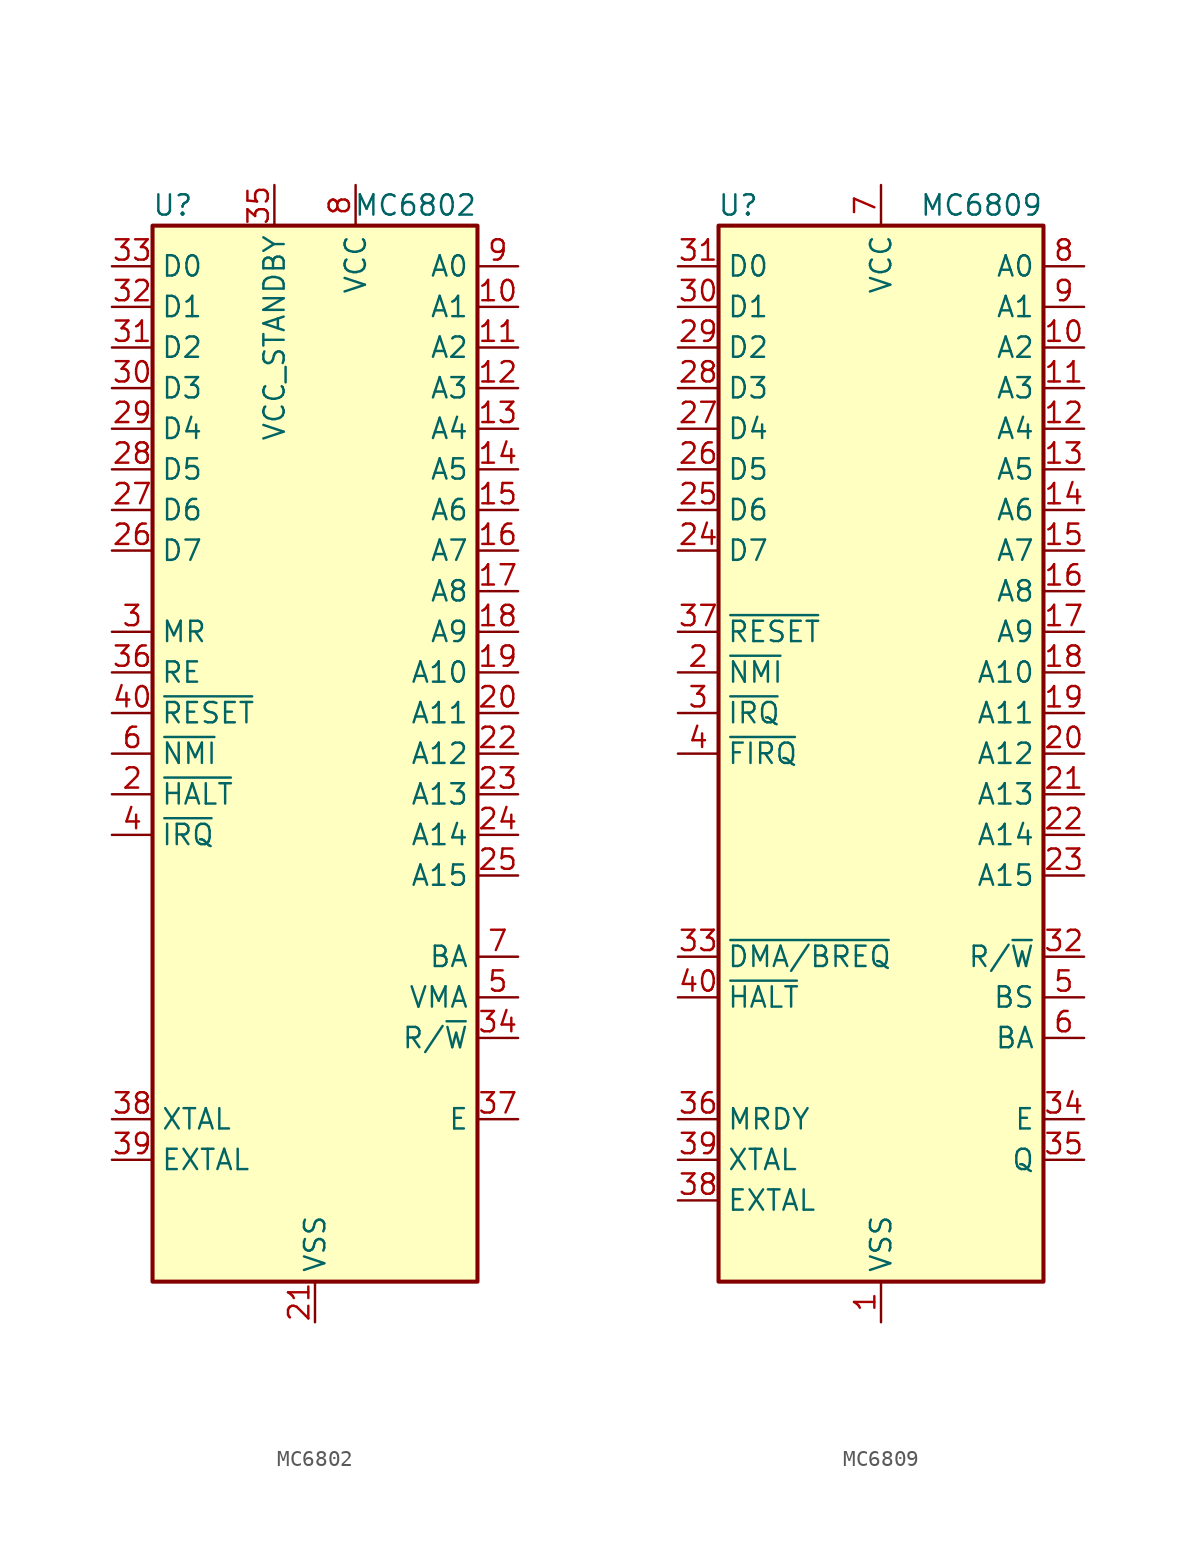
<source format=kicad_sym>
(kicad_symbol_lib
  (version 20211014)
  (generator kicad_symbol_editor)
  (symbol "MC6802"
    (property "Reference" "U"
      (at -8.89 34.29 0)
      (effects (font (size 1.27 1.27))))
    (property "Value" "MC6802"
      (at 10.16 34.29 0)
      (effects (font (size 1.27 1.27)) (justify right)))
    (symbol "MC6802_0_1"
      (rectangle (start -10.16 -33.02) (end 10.16 33.02) (stroke (width 0.254) (type default) (color 0 0 0 0)) (fill (type background))))
    (symbol "MC6802_1_1"
      (pin passive line (at 0 -35.56 90) (length 2.54) hide (name "VSS" (effects (font (size 1.27 1.27)))) (number "1" (effects (font (size 1.27 1.27)))))
      (pin output line (at 12.7 27.94 180) (length 2.54) (name "A1" (effects (font (size 1.27 1.27)))) (number "10" (effects (font (size 1.27 1.27)))))
      (pin output line (at 12.7 25.4 180) (length 2.54) (name "A2" (effects (font (size 1.27 1.27)))) (number "11" (effects (font (size 1.27 1.27)))))
      (pin output line (at 12.7 22.86 180) (length 2.54) (name "A3" (effects (font (size 1.27 1.27)))) (number "12" (effects (font (size 1.27 1.27)))))
      (pin output line (at 12.7 20.32 180) (length 2.54) (name "A4" (effects (font (size 1.27 1.27)))) (number "13" (effects (font (size 1.27 1.27)))))
      (pin output line (at 12.7 17.78 180) (length 2.54) (name "A5" (effects (font (size 1.27 1.27)))) (number "14" (effects (font (size 1.27 1.27)))))
      (pin output line (at 12.7 15.24 180) (length 2.54) (name "A6" (effects (font (size 1.27 1.27)))) (number "15" (effects (font (size 1.27 1.27)))))
      (pin output line (at 12.7 12.7 180) (length 2.54) (name "A7" (effects (font (size 1.27 1.27)))) (number "16" (effects (font (size 1.27 1.27)))))
      (pin output line (at 12.7 10.16 180) (length 2.54) (name "A8" (effects (font (size 1.27 1.27)))) (number "17" (effects (font (size 1.27 1.27)))))
      (pin output line (at 12.7 7.62 180) (length 2.54) (name "A9" (effects (font (size 1.27 1.27)))) (number "18" (effects (font (size 1.27 1.27)))))
      (pin output line (at 12.7 5.08 180) (length 2.54) (name "A10" (effects (font (size 1.27 1.27)))) (number "19" (effects (font (size 1.27 1.27)))))
      (pin input line (at -12.7 -2.54 0) (length 2.54) (name "~{HALT}" (effects (font (size 1.27 1.27)))) (number "2" (effects (font (size 1.27 1.27)))))
      (pin output line (at 12.7 2.54 180) (length 2.54) (name "A11" (effects (font (size 1.27 1.27)))) (number "20" (effects (font (size 1.27 1.27)))))
      (pin power_in line (at 0 -35.56 90) (length 2.54) (name "VSS" (effects (font (size 1.27 1.27)))) (number "21" (effects (font (size 1.27 1.27)))))
      (pin output line (at 12.7 0 180) (length 2.54) (name "A12" (effects (font (size 1.27 1.27)))) (number "22" (effects (font (size 1.27 1.27)))))
      (pin output line (at 12.7 -2.54 180) (length 2.54) (name "A13" (effects (font (size 1.27 1.27)))) (number "23" (effects (font (size 1.27 1.27)))))
      (pin output line (at 12.7 -5.08 180) (length 2.54) (name "A14" (effects (font (size 1.27 1.27)))) (number "24" (effects (font (size 1.27 1.27)))))
      (pin output line (at 12.7 -7.62 180) (length 2.54) (name "A15" (effects (font (size 1.27 1.27)))) (number "25" (effects (font (size 1.27 1.27)))))
      (pin bidirectional line (at -12.7 12.7 0) (length 2.54) (name "D7" (effects (font (size 1.27 1.27)))) (number "26" (effects (font (size 1.27 1.27)))))
      (pin bidirectional line (at -12.7 15.24 0) (length 2.54) (name "D6" (effects (font (size 1.27 1.27)))) (number "27" (effects (font (size 1.27 1.27)))))
      (pin bidirectional line (at -12.7 17.78 0) (length 2.54) (name "D5" (effects (font (size 1.27 1.27)))) (number "28" (effects (font (size 1.27 1.27)))))
      (pin bidirectional line (at -12.7 20.32 0) (length 2.54) (name "D4" (effects (font (size 1.27 1.27)))) (number "29" (effects (font (size 1.27 1.27)))))
      (pin input line (at -12.7 7.62 0) (length 2.54) (name "MR" (effects (font (size 1.27 1.27)))) (number "3" (effects (font (size 1.27 1.27)))))
      (pin bidirectional line (at -12.7 22.86 0) (length 2.54) (name "D3" (effects (font (size 1.27 1.27)))) (number "30" (effects (font (size 1.27 1.27)))))
      (pin bidirectional line (at -12.7 25.4 0) (length 2.54) (name "D2" (effects (font (size 1.27 1.27)))) (number "31" (effects (font (size 1.27 1.27)))))
      (pin bidirectional line (at -12.7 27.94 0) (length 2.54) (name "D1" (effects (font (size 1.27 1.27)))) (number "32" (effects (font (size 1.27 1.27)))))
      (pin bidirectional line (at -12.7 30.48 0) (length 2.54) (name "D0" (effects (font (size 1.27 1.27)))) (number "33" (effects (font (size 1.27 1.27)))))
      (pin output line (at 12.7 -17.78 180) (length 2.54) (name "R/~{W}" (effects (font (size 1.27 1.27)))) (number "34" (effects (font (size 1.27 1.27)))))
      (pin power_in line (at -2.54 35.56 270) (length 2.54) (name "VCC_STANDBY" (effects (font (size 1.27 1.27)))) (number "35" (effects (font (size 1.27 1.27)))))
      (pin input line (at -12.7 5.08 0) (length 2.54) (name "RE" (effects (font (size 1.27 1.27)))) (number "36" (effects (font (size 1.27 1.27)))))
      (pin output line (at 12.7 -22.86 180) (length 2.54) (name "E" (effects (font (size 1.27 1.27)))) (number "37" (effects (font (size 1.27 1.27)))))
      (pin passive line (at -12.7 -22.86 0) (length 2.54) (name "XTAL" (effects (font (size 1.27 1.27)))) (number "38" (effects (font (size 1.27 1.27)))))
      (pin passive line (at -12.7 -25.4 0) (length 2.54) (name "EXTAL" (effects (font (size 1.27 1.27)))) (number "39" (effects (font (size 1.27 1.27)))))
      (pin input line (at -12.7 -5.08 0) (length 2.54) (name "~{IRQ}" (effects (font (size 1.27 1.27)))) (number "4" (effects (font (size 1.27 1.27)))))
      (pin input line (at -12.7 2.54 0) (length 2.54) (name "~{RESET}" (effects (font (size 1.27 1.27)))) (number "40" (effects (font (size 1.27 1.27)))))
      (pin output line (at 12.7 -15.24 180) (length 2.54) (name "VMA" (effects (font (size 1.27 1.27)))) (number "5" (effects (font (size 1.27 1.27)))))
      (pin input line (at -12.7 0 0) (length 2.54) (name "~{NMI}" (effects (font (size 1.27 1.27)))) (number "6" (effects (font (size 1.27 1.27)))))
      (pin output line (at 12.7 -12.7 180) (length 2.54) (name "BA" (effects (font (size 1.27 1.27)))) (number "7" (effects (font (size 1.27 1.27)))))
      (pin power_in line (at 2.54 35.56 270) (length 2.54) (name "VCC" (effects (font (size 1.27 1.27)))) (number "8" (effects (font (size 1.27 1.27)))))
      (pin output line (at 12.7 30.48 180) (length 2.54) (name "A0" (effects (font (size 1.27 1.27)))) (number "9" (effects (font (size 1.27 1.27)))))))
  (symbol "MC6809"
    (property "Reference" "U"
      (at -7.62 34.29 0)
      (effects (font (size 1.27 1.27)) (justify right)))
    (property "Value" "MC6809"
      (at 10.16 34.29 0)
      (effects (font (size 1.27 1.27)) (justify right)))
    (symbol "MC6809_0_1"
      (rectangle (start -10.16 -33.02) (end 10.16 33.02) (stroke (width 0.254) (type default) (color 0 0 0 0)) (fill (type background))))
    (symbol "MC6809_1_1"
      (pin power_in line (at 0 -35.56 90) (length 2.54) (name "VSS" (effects (font (size 1.27 1.27)))) (number "1" (effects (font (size 1.27 1.27)))))
      (pin output line (at 12.7 25.4 180) (length 2.54) (name "A2" (effects (font (size 1.27 1.27)))) (number "10" (effects (font (size 1.27 1.27)))))
      (pin output line (at 12.7 22.86 180) (length 2.54) (name "A3" (effects (font (size 1.27 1.27)))) (number "11" (effects (font (size 1.27 1.27)))))
      (pin output line (at 12.7 20.32 180) (length 2.54) (name "A4" (effects (font (size 1.27 1.27)))) (number "12" (effects (font (size 1.27 1.27)))))
      (pin output line (at 12.7 17.78 180) (length 2.54) (name "A5" (effects (font (size 1.27 1.27)))) (number "13" (effects (font (size 1.27 1.27)))))
      (pin output line (at 12.7 15.24 180) (length 2.54) (name "A6" (effects (font (size 1.27 1.27)))) (number "14" (effects (font (size 1.27 1.27)))))
      (pin output line (at 12.7 12.7 180) (length 2.54) (name "A7" (effects (font (size 1.27 1.27)))) (number "15" (effects (font (size 1.27 1.27)))))
      (pin output line (at 12.7 10.16 180) (length 2.54) (name "A8" (effects (font (size 1.27 1.27)))) (number "16" (effects (font (size 1.27 1.27)))))
      (pin output line (at 12.7 7.62 180) (length 2.54) (name "A9" (effects (font (size 1.27 1.27)))) (number "17" (effects (font (size 1.27 1.27)))))
      (pin output line (at 12.7 5.08 180) (length 2.54) (name "A10" (effects (font (size 1.27 1.27)))) (number "18" (effects (font (size 1.27 1.27)))))
      (pin output line (at 12.7 2.54 180) (length 2.54) (name "A11" (effects (font (size 1.27 1.27)))) (number "19" (effects (font (size 1.27 1.27)))))
      (pin input line (at -12.7 5.08 0) (length 2.54) (name "~{NMI}" (effects (font (size 1.27 1.27)))) (number "2" (effects (font (size 1.27 1.27)))))
      (pin output line (at 12.7 0 180) (length 2.54) (name "A12" (effects (font (size 1.27 1.27)))) (number "20" (effects (font (size 1.27 1.27)))))
      (pin output line (at 12.7 -2.54 180) (length 2.54) (name "A13" (effects (font (size 1.27 1.27)))) (number "21" (effects (font (size 1.27 1.27)))))
      (pin output line (at 12.7 -5.08 180) (length 2.54) (name "A14" (effects (font (size 1.27 1.27)))) (number "22" (effects (font (size 1.27 1.27)))))
      (pin output line (at 12.7 -7.62 180) (length 2.54) (name "A15" (effects (font (size 1.27 1.27)))) (number "23" (effects (font (size 1.27 1.27)))))
      (pin bidirectional line (at -12.7 12.7 0) (length 2.54) (name "D7" (effects (font (size 1.27 1.27)))) (number "24" (effects (font (size 1.27 1.27)))))
      (pin bidirectional line (at -12.7 15.24 0) (length 2.54) (name "D6" (effects (font (size 1.27 1.27)))) (number "25" (effects (font (size 1.27 1.27)))))
      (pin bidirectional line (at -12.7 17.78 0) (length 2.54) (name "D5" (effects (font (size 1.27 1.27)))) (number "26" (effects (font (size 1.27 1.27)))))
      (pin bidirectional line (at -12.7 20.32 0) (length 2.54) (name "D4" (effects (font (size 1.27 1.27)))) (number "27" (effects (font (size 1.27 1.27)))))
      (pin bidirectional line (at -12.7 22.86 0) (length 2.54) (name "D3" (effects (font (size 1.27 1.27)))) (number "28" (effects (font (size 1.27 1.27)))))
      (pin bidirectional line (at -12.7 25.4 0) (length 2.54) (name "D2" (effects (font (size 1.27 1.27)))) (number "29" (effects (font (size 1.27 1.27)))))
      (pin input line (at -12.7 2.54 0) (length 2.54) (name "~{IRQ}" (effects (font (size 1.27 1.27)))) (number "3" (effects (font (size 1.27 1.27)))))
      (pin bidirectional line (at -12.7 27.94 0) (length 2.54) (name "D1" (effects (font (size 1.27 1.27)))) (number "30" (effects (font (size 1.27 1.27)))))
      (pin bidirectional line (at -12.7 30.48 0) (length 2.54) (name "D0" (effects (font (size 1.27 1.27)))) (number "31" (effects (font (size 1.27 1.27)))))
      (pin output line (at 12.7 -12.7 180) (length 2.54) (name "R/~{W}" (effects (font (size 1.27 1.27)))) (number "32" (effects (font (size 1.27 1.27)))))
      (pin input line (at -12.7 -12.7 0) (length 2.54) (name "~{DMA/BREQ}" (effects (font (size 1.27 1.27)))) (number "33" (effects (font (size 1.27 1.27)))))
      (pin output line (at 12.7 -22.86 180) (length 2.54) (name "E" (effects (font (size 1.27 1.27)))) (number "34" (effects (font (size 1.27 1.27)))))
      (pin output line (at 12.7 -25.4 180) (length 2.54) (name "Q" (effects (font (size 1.27 1.27)))) (number "35" (effects (font (size 1.27 1.27)))))
      (pin input line (at -12.7 -22.86 0) (length 2.54) (name "MRDY" (effects (font (size 1.27 1.27)))) (number "36" (effects (font (size 1.27 1.27)))))
      (pin input line (at -12.7 7.62 0) (length 2.54) (name "~{RESET}" (effects (font (size 1.27 1.27)))) (number "37" (effects (font (size 1.27 1.27)))))
      (pin input line (at -12.7 -27.94 0) (length 2.54) (name "EXTAL" (effects (font (size 1.27 1.27)))) (number "38" (effects (font (size 1.27 1.27)))))
      (pin input line (at -12.7 -25.4 0) (length 2.54) (name "XTAL" (effects (font (size 1.27 1.27)))) (number "39" (effects (font (size 1.27 1.27)))))
      (pin input line (at -12.7 0 0) (length 2.54) (name "~{FIRQ}" (effects (font (size 1.27 1.27)))) (number "4" (effects (font (size 1.27 1.27)))))
      (pin input line (at -12.7 -15.24 0) (length 2.54) (name "~{HALT}" (effects (font (size 1.27 1.27)))) (number "40" (effects (font (size 1.27 1.27)))))
      (pin output line (at 12.7 -15.24 180) (length 2.54) (name "BS" (effects (font (size 1.27 1.27)))) (number "5" (effects (font (size 1.27 1.27)))))
      (pin output line (at 12.7 -17.78 180) (length 2.54) (name "BA" (effects (font (size 1.27 1.27)))) (number "6" (effects (font (size 1.27 1.27)))))
      (pin power_in line (at 0 35.56 270) (length 2.54) (name "VCC" (effects (font (size 1.27 1.27)))) (number "7" (effects (font (size 1.27 1.27)))))
      (pin output line (at 12.7 30.48 180) (length 2.54) (name "A0" (effects (font (size 1.27 1.27)))) (number "8" (effects (font (size 1.27 1.27)))))
      (pin output line (at 12.7 27.94 180) (length 2.54) (name "A1" (effects (font (size 1.27 1.27)))) (number "9" (effects (font (size 1.27 1.27))))))))
</source>
